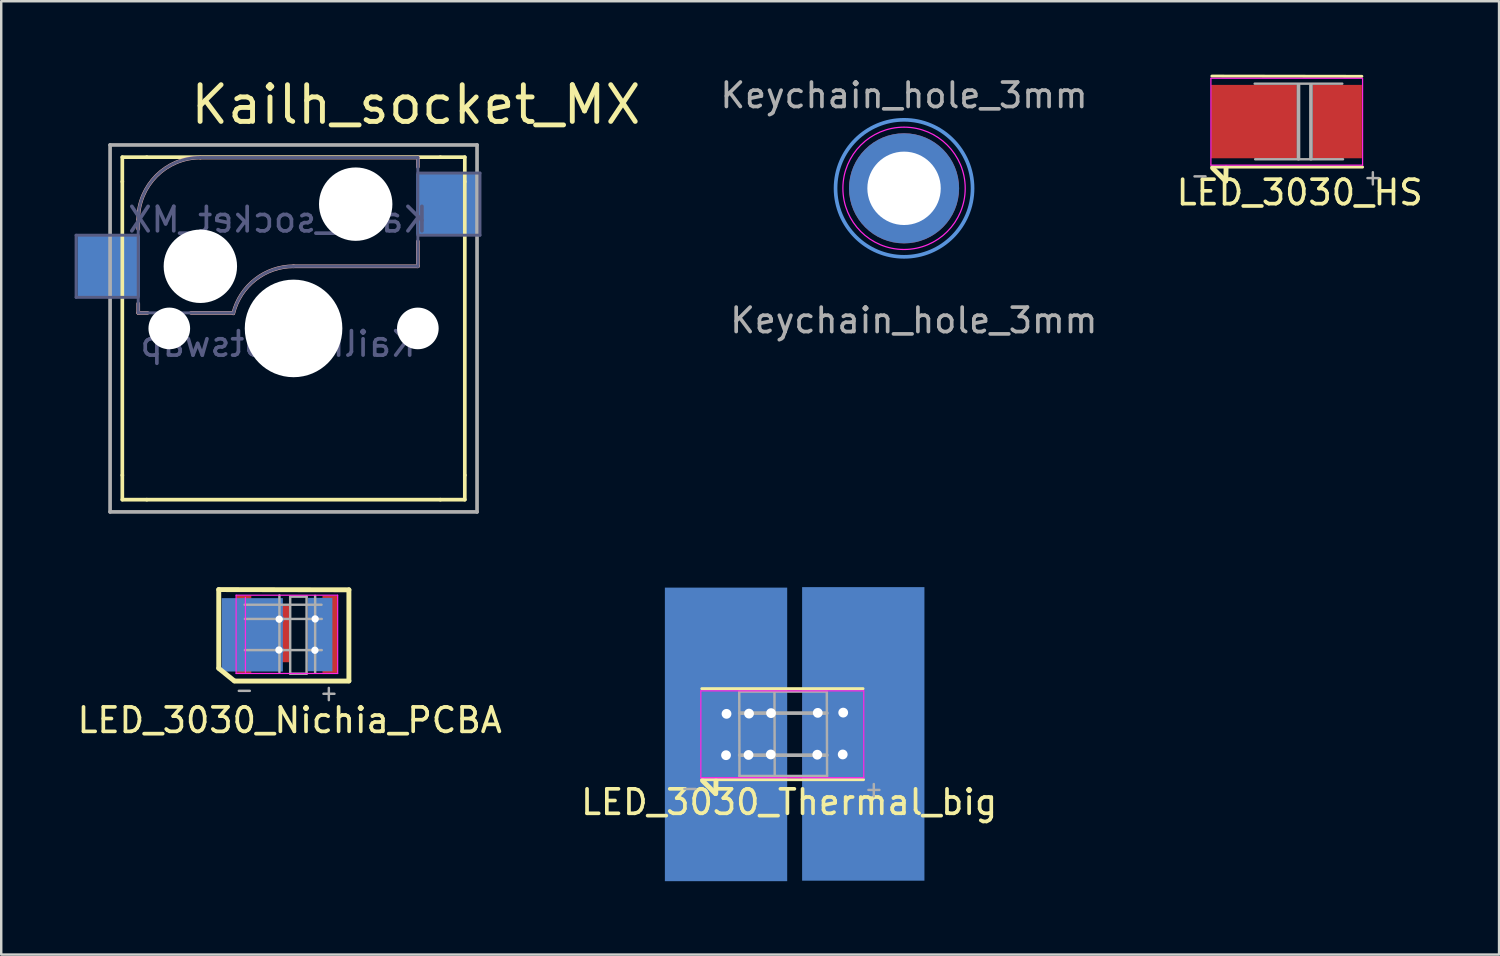
<source format=kicad_pcb>
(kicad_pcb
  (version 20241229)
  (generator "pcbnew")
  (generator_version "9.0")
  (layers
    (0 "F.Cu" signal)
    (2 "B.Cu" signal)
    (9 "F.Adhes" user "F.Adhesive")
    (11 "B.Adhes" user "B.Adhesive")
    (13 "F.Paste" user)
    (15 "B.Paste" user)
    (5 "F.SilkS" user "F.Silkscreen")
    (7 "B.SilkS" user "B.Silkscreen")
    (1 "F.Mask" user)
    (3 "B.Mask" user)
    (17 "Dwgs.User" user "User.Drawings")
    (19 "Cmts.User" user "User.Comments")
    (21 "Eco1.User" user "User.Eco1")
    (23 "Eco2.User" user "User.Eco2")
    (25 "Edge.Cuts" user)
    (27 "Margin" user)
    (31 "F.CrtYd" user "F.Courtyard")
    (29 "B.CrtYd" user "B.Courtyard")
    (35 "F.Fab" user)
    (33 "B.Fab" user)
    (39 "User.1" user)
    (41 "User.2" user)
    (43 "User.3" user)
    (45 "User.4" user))
  (footprint "LED_3030_Nichia_PCBA"
    (layer "F.Cu")
    (at 8.412 22.9)
    (property "Reference" "LED_3030_Nichia_PCBA" (at 0.38 3.49 0) (layer "F.SilkS") (effects (font (size 1 1) (thickness 0.15))))
    (attr smd)
    (fp_line (start -2.52 -1.85) (end -2.52 1.36) (stroke (width 0.2) (type solid)) (layer "F.SilkS"))
    (fp_line (start -1.89 1.88) (end -2.52 1.37) (stroke (width 0.2) (type solid)) (layer "F.SilkS"))
    (fp_line (start 2.8 -1.84) (end -2.52 -1.85) (stroke (width 0.2) (type solid)) (layer "F.SilkS"))
    (fp_line (start 2.8 -1.84) (end 2.8 1.88) (stroke (width 0.2) (type solid)) (layer "F.SilkS"))
    (fp_line (start 2.8 1.89) (end -1.87 1.89) (stroke (width 0.2) (type solid)) (layer "F.SilkS"))
    (fp_line (start -1.81 -1.62) (end -1.81 1.58) (stroke (width 0.05) (type solid)) (layer "F.CrtYd"))
    (fp_line (start -1.81 -1.62) (end 2.34 -1.62) (stroke (width 0.05) (type solid)) (layer "F.CrtYd"))
    (fp_line (start -1.81 1.58) (end 2.34 1.58) (stroke (width 0.05) (type solid)) (layer "F.CrtYd"))
    (fp_line (start -1.43 -1.53) (end -1.43 1.53) (stroke (width 0.05) (type solid)) (layer "F.CrtYd"))
    (fp_line (start 2.34 -1.62) (end 2.34 1.58) (stroke (width 0.05) (type solid)) (layer "F.CrtYd"))
    (fp_line (start -1.46 -1.23) (end 1.68 -1.23) (stroke (width 0.1) (type solid)) (layer "F.Fab"))
    (fp_line (start -1.45 -0.65) (end 1.69 -0.65) (stroke (width 0.1) (type solid)) (layer "F.Fab"))
    (fp_line (start -1.45 0.625) (end 1.69 0.625) (stroke (width 0.1) (type solid)) (layer "F.Fab"))
    (fp_line (start -1.25 2.29) (end -1.7 2.29) (stroke (width 0.1) (type solid)) (layer "F.Fab"))
    (fp_line (start -0.04 1.53) (end -0.04 -1.61) (stroke (width 0.1) (type solid)) (layer "F.Fab"))
    (fp_line (start 0.4 -1.56) (end 1.07 -1.56) (stroke (width 0.1) (type solid)) (layer "F.Fab"))
    (fp_line (start 0.4 1.59) (end 0.4 -1.56) (stroke (width 0.1) (type solid)) (layer "F.Fab"))
    (fp_line (start 1.07 -1.56) (end 1.07 1.59) (stroke (width 0.1) (type solid)) (layer "F.Fab"))
    (fp_line (start 1.07 1.59) (end 0.4 1.59) (stroke (width 0.1) (type solid)) (layer "F.Fab"))
    (fp_line (start 1.42 1.55) (end 1.42 -1.59) (stroke (width 0.1) (type solid)) (layer "F.Fab"))
    (fp_line (start 1.98 2.67) (end 1.98 2.17) (stroke (width 0.1) (type solid)) (layer "F.Fab"))
    (fp_line (start 2.21 2.41) (end 1.76 2.41) (stroke (width 0.1) (type solid)) (layer "F.Fab"))
    (pad "1" smd rect (at -1.49 -0.02 180) (size 0.6 3.15) (layers "F.Cu" "F.Mask" "F.Paste"))
    (pad "1" smd rect (at -1.15 0) (size 2.5 3) (layers "B.Cu" "B.Mask" "B.Paste"))
    (pad "1" smd rect (at -0.42 -0.03 180) (size 1.55 2.3) (layers "F.Cu" "F.Mask" "F.Paste"))
    (pad "1" thru_hole circle (at -0.06 0.62) (size 0.4 0.4) (drill 0.3) (layers "*.Cu" "*.Mask"))
    (pad "1" thru_hole circle (at -0.05 -0.64) (size 0.4 0.4) (drill 0.3) (layers "*.Cu" "*.Mask"))
    (pad "2" thru_hole circle (at 1.41 0.63) (size 0.4 0.4) (drill 0.3) (layers "*.Cu" "*.Mask"))
    (pad "2" thru_hole circle (at 1.42 -0.65) (size 0.4 0.4) (drill 0.3) (layers "*.Cu" "*.Mask"))
    (pad "2" smd rect (at 1.42 -0.03 180) (size 0.6 2.3) (layers "F.Cu" "F.Mask" "F.Paste"))
    (pad "2" smd rect (at 1.625 -0.01) (size 1 3) (layers "B.Cu" "B.Mask" "B.Paste"))
    (pad "2" smd rect (at 2.02 -0.02 180) (size 0.6 3.15) (layers "F.Cu" "F.Mask" "F.Paste")))
  (footprint "Keychain_hole_3mm"
    (layer "F.Cu")
    (at 33.905 4.648)
    (property "Reference" "Keychain_hole_3mm" (at 0 -3.8 0) (layer "F.Fab") (effects (font (size 1 1) (thickness 0.15))))
    (attr exclude_from_pos_files)
    (fp_circle (center 0 0) (end 2.8 0) (stroke (width 0.15) (type solid)) (fill no) (layer "Cmts.User"))
    (fp_circle (center 0 0) (end 2.5 0) (stroke (width 0.05) (type solid)) (fill no) (layer "F.CrtYd"))
    (fp_text user "${REFERENCE}" (at 0.4 5.4 0) (layer "F.Fab") (effects (font (size 1 1) (thickness 0.15))))
    (pad "1" thru_hole circle (at 0 0) (size 4.5 4.5) (drill 3) (layers "*.Cu" "*.Mask")))
  (footprint "LED_3030_Thermal_big"
    (layer "F.Cu")
    (at 29.208 26.99)
    (property "Reference" "LED_3030_Thermal_big" (at 0 2.75 0) (layer "F.SilkS") (effects (font (size 1 1) (thickness 0.15))))
    (attr smd)
    (fp_line (start -3.01 2.4) (end -3.54 1.87) (stroke (width 0.2) (type solid)) (layer "F.SilkS"))
    (fp_line (start -2.99 1.87) (end -3 2.4) (stroke (width 0.2) (type solid)) (layer "F.SilkS"))
    (fp_line (start 3.02 -1.89) (end -3.57 -1.89) (stroke (width 0.12) (type solid)) (layer "F.SilkS"))
    (fp_line (start 3.04 1.83) (end -3.57 1.83) (stroke (width 0.12) (type solid)) (layer "F.SilkS"))
    (fp_line (start -3.61 -1.8) (end 3.05 -1.8) (stroke (width 0.05) (type solid)) (layer "F.CrtYd"))
    (fp_line (start -3.61 1.75) (end -3.61 -1.8) (stroke (width 0.05) (type solid)) (layer "F.CrtYd"))
    (fp_line (start -3.61 1.75) (end 3.05 1.75) (stroke (width 0.05) (type solid)) (layer "F.CrtYd"))
    (fp_line (start 3.05 -1.8) (end 3.05 1.75) (stroke (width 0.05) (type solid)) (layer "F.CrtYd"))
    (fp_line (start -3.83 2.21) (end -4.28 2.21) (stroke (width 0.1) (type solid)) (layer "F.Fab"))
    (fp_line (start -2.04 -1.77) (end 1.54 -1.77) (stroke (width 0.1) (type solid)) (layer "F.Fab"))
    (fp_line (start -2.03 1.67) (end -2.04 -1.77) (stroke (width 0.1) (type solid)) (layer "F.Fab"))
    (fp_line (start -2.02 -0.89) (end 1.54 -0.89) (stroke (width 0.15) (type solid)) (layer "F.Fab"))
    (fp_line (start -2.02 0.83) (end 1.54 0.83) (stroke (width 0.15) (type solid)) (layer "F.Fab"))
    (fp_line (start -0.59 1.68) (end -0.6 -1.76) (stroke (width 0.1) (type solid)) (layer "F.Fab"))
    (fp_line (start 1.54 -1.76) (end 1.55 1.68) (stroke (width 0.1) (type solid)) (layer "F.Fab"))
    (fp_line (start 1.55 1.68) (end -2.04 1.68) (stroke (width 0.1) (type solid)) (layer "F.Fab"))
    (fp_line (start 3.46 2.51) (end 3.46 2.01) (stroke (width 0.1) (type solid)) (layer "F.Fab"))
    (fp_line (start 3.69 2.25) (end 3.24 2.25) (stroke (width 0.1) (type solid)) (layer "F.Fab"))
    (pad "1" smd rect (at -2.58 -0.02) (size 5 12) (layers "B.Cu" "B.Mask" "B.Paste"))
    (pad "1" thru_hole circle (at -2.58 0.83) (size 0.8 0.8) (drill 0.4) (layers "*.Cu" "*.Mask"))
    (pad "1" thru_hole circle (at -2.56 -0.86) (size 0.8 0.8) (drill 0.4) (layers "*.Cu" "*.Mask"))
    (pad "1" smd rect (at -1.85 -0.03 180) (size 3.5 3) (layers "F.Cu" "F.Mask" "F.Paste"))
    (pad "1" thru_hole circle (at -1.66 0.82) (size 0.8 0.8) (drill 0.4) (layers "*.Cu" "*.Mask"))
    (pad "1" thru_hole circle (at -1.64 -0.87) (size 0.8 0.8) (drill 0.4) (layers "*.Cu" "*.Mask"))
    (pad "1" thru_hole circle (at -0.75 0.8) (size 0.8 0.8) (drill 0.4) (layers "*.Cu" "*.Mask"))
    (pad "1" thru_hole circle (at -0.74 -0.89) (size 0.8 0.8) (drill 0.4) (layers "*.Cu" "*.Mask"))
    (pad "2" thru_hole circle (at 1.15 0.81) (size 0.8 0.8) (drill 0.4) (layers "*.Cu" "*.Mask"))
    (pad "2" thru_hole circle (at 1.17 -0.9) (size 0.8 0.8) (drill 0.4) (layers "*.Cu" "*.Mask"))
    (pad "2" smd rect (at 1.8 -0.01 180) (size 2.5 3) (layers "F.Cu" "F.Mask" "F.Paste"))
    (pad "2" thru_hole circle (at 2.19 0.8) (size 0.8 0.8) (drill 0.4) (layers "*.Cu" "*.Mask"))
    (pad "2" thru_hole circle (at 2.21 -0.91) (size 0.8 0.8) (drill 0.4) (layers "*.Cu" "*.Mask"))
    (pad "2" smd rect (at 3.03 -0.04) (size 5 12) (layers "B.Cu" "B.Mask" "B.Paste")))
  (footprint "Kailh_socket_MX"
    (layer "F.Cu")
    (at 8.95 10.375)
    (property "Reference" "Kailh_socket_MX" (at 5.001 -9.146 180) (layer "F.SilkS") (effects (font (size 1.5 1.5) (thickness 0.2))))
    (property "Value" "Kailh-Hotswap" (at 0.2 10.9 180) (layer "F.Fab") (hide yes) (effects (font (size 1.27 1.27) (thickness 0.15))))
    (attr smd)
    (fp_line (start -7 -6) (end -7 -7) (stroke (width 0.15) (type solid)) (layer "F.SilkS"))
    (fp_line (start -7 -6) (end -7 6) (stroke (width 0.15) (type solid)) (layer "F.SilkS"))
    (fp_line (start -7 7) (end -7 6) (stroke (width 0.15) (type solid)) (layer "F.SilkS"))
    (fp_line (start -7 7) (end -6 7) (stroke (width 0.15) (type solid)) (layer "F.SilkS"))
    (fp_line (start -6 -7) (end -7 -7) (stroke (width 0.15) (type solid)) (layer "F.SilkS"))
    (fp_line (start -6 7) (end 6 7) (stroke (width 0.15) (type solid)) (layer "F.SilkS"))
    (fp_line (start 6 -7) (end -6 -7) (stroke (width 0.15) (type solid)) (layer "F.SilkS"))
    (fp_line (start 6 7) (end 7 7) (stroke (width 0.15) (type solid)) (layer "F.SilkS"))
    (fp_line (start 7 -7) (end 6 -7) (stroke (width 0.15) (type solid)) (layer "F.SilkS"))
    (fp_line (start 7 -7) (end 7 -6) (stroke (width 0.15) (type solid)) (layer "F.SilkS"))
    (fp_line (start 7 6) (end 7 -6) (stroke (width 0.15) (type solid)) (layer "F.SilkS"))
    (fp_line (start 7 6) (end 7 7) (stroke (width 0.15) (type solid)) (layer "F.SilkS"))
    (fp_line (start -6.35 -4.445) (end -6.35 -4.064) (stroke (width 0.15) (type solid)) (layer "B.SilkS"))
    (fp_line (start -6.35 -1.016) (end -6.35 -0.635) (stroke (width 0.15) (type solid)) (layer "B.SilkS"))
    (fp_line (start -5.969 -0.635) (end -6.35 -0.635) (stroke (width 0.15) (type solid)) (layer "B.SilkS"))
    (fp_line (start -3.81 -6.985) (end 5.08 -6.985) (stroke (width 0.15) (type solid)) (layer "B.SilkS"))
    (fp_line (start -2.464 -0.635) (end -4.191 -0.635) (stroke (width 0.15) (type solid)) (layer "B.SilkS"))
    (fp_line (start 5.08 -6.985) (end 5.08 -6.604) (stroke (width 0.15) (type solid)) (layer "B.SilkS"))
    (fp_line (start 5.08 -3.556) (end 5.08 -2.54) (stroke (width 0.15) (type solid)) (layer "B.SilkS"))
    (fp_line (start 5.08 -2.54) (end 0 -2.54) (stroke (width 0.15) (type solid)) (layer "B.SilkS"))
    (fp_arc (start -6.35 -4.445) (mid -5.606051 -6.241051) (end -3.81 -6.985) (stroke (width 0.15) (type solid)) (layer "B.SilkS"))
    (fp_arc (start -2.464162 -0.61604) (mid -1.563147 -2.002042) (end 0 -2.54) (stroke (width 0.15) (type solid)) (layer "B.SilkS"))
    (fp_line (start -6.9 6.9) (end -6.9 -6.9) (stroke (width 0.15) (type solid)) (layer "Eco2.User"))
    (fp_line (start -6.9 6.9) (end 6.9 6.9) (stroke (width 0.15) (type solid)) (layer "Eco2.User"))
    (fp_line (start 6.9 -6.9) (end -6.9 -6.9) (stroke (width 0.15) (type solid)) (layer "Eco2.User"))
    (fp_line (start 6.9 -6.9) (end 6.9 6.9) (stroke (width 0.15) (type solid)) (layer "Eco2.User"))
    (fp_line (start -8.89 -3.81) (end -6.35 -3.81) (stroke (width 0.12) (type solid)) (layer "B.Fab"))
    (fp_line (start -8.89 -1.27) (end -8.89 -3.81) (stroke (width 0.12) (type solid)) (layer "B.Fab"))
    (fp_line (start -6.35 -1.27) (end -8.89 -1.27) (stroke (width 0.12) (type solid)) (layer "B.Fab"))
    (fp_line (start -6.35 -0.635) (end -6.35 -4.445) (stroke (width 0.12) (type solid)) (layer "B.Fab"))
    (fp_line (start -6.35 -0.635) (end -2.54 -0.635) (stroke (width 0.12) (type solid)) (layer "B.Fab"))
    (fp_line (start -3.81 -6.985) (end 5.08 -6.985) (stroke (width 0.12) (type solid)) (layer "B.Fab"))
    (fp_line (start 5.08 -6.985) (end 5.08 -2.54) (stroke (width 0.12) (type solid)) (layer "B.Fab"))
    (fp_line (start 5.08 -6.35) (end 7.62 -6.35) (stroke (width 0.12) (type solid)) (layer "B.Fab"))
    (fp_line (start 5.08 -2.54) (end 0 -2.54) (stroke (width 0.12) (type solid)) (layer "B.Fab"))
    (fp_line (start 7.62 -6.35) (end 7.62 -3.81) (stroke (width 0.12) (type solid)) (layer "B.Fab"))
    (fp_line (start 7.62 -3.81) (end 5.08 -3.81) (stroke (width 0.12) (type solid)) (layer "B.Fab"))
    (fp_arc (start -6.35 -4.445) (mid -5.606051 -6.241051) (end -3.81 -6.985) (stroke (width 0.12) (type solid)) (layer "B.Fab"))
    (fp_arc (start -2.464162 -0.61604) (mid -1.563147 -2.002042) (end 0 -2.54) (stroke (width 0.12) (type solid)) (layer "B.Fab"))
    (fp_line (start -7.5 -7.5) (end 7.5 -7.5) (stroke (width 0.15) (type solid)) (layer "F.Fab"))
    (fp_line (start -7.5 7.5) (end -7.5 -7.5) (stroke (width 0.15) (type solid)) (layer "F.Fab"))
    (fp_line (start 7.5 -7.5) (end 7.5 7.5) (stroke (width 0.15) (type solid)) (layer "F.Fab"))
    (fp_line (start 7.5 7.5) (end -7.5 7.5) (stroke (width 0.15) (type solid)) (layer "F.Fab"))
    (fp_text user "${VALUE}" (at -0.635 0.635 0) (layer "B.Fab") (effects (font (size 1 1) (thickness 0.15)) (justify mirror)))
    (fp_text user "${REFERENCE}" (at -0.635 -4.445 0) (layer "B.Fab") (effects (font (size 1 1) (thickness 0.15)) (justify mirror)))
    (pad "" np_thru_hole circle (at -5.08 0) (size 1.702 1.702) (drill 1.702) (layers "*.Cu" "*.Mask"))
    (pad "" np_thru_hole circle (at -3.81 -2.54) (size 3 3) (drill 3) (layers "*.Cu" "*.Mask"))
    (pad "" np_thru_hole circle (at 0 0) (size 3.988 3.988) (drill 3.988) (layers "*.Cu" "*.Mask"))
    (pad "" np_thru_hole circle (at 2.54 -5.08) (size 3 3) (drill 3) (layers "*.Cu" "*.Mask"))
    (pad "" np_thru_hole circle (at 5.08 0) (size 1.702 1.702) (drill 1.702) (layers "*.Cu" "*.Mask"))
    (pad "S1" smd rect (at -7.56 -2.54) (size 2.55 2.5) (layers "B.Cu" "B.Mask" "B.Paste"))
    (pad "S2" smd rect (at 6.29 -5.08) (size 2.55 2.5) (layers "B.Cu" "B.Mask" "B.Paste")))
  (footprint "LED_3030_HS"
    (layer "F.Cu")
    (at 50.058 1.95)
    (property "Reference" "LED_3030_HS" (at 0.02 2.87 0) (layer "F.SilkS") (effects (font (size 1 1) (thickness 0.15))))
    (attr smd)
    (fp_line (start -3.01 2.4) (end -3.54 1.87) (stroke (width 0.2) (type solid)) (layer "F.SilkS"))
    (fp_line (start -2.99 1.87) (end -3 2.4) (stroke (width 0.2) (type solid)) (layer "F.SilkS"))
    (fp_line (start 2.56 -1.88) (end -3.57 -1.89) (stroke (width 0.12) (type solid)) (layer "F.SilkS"))
    (fp_line (start 2.59 1.83) (end -3.57 1.83) (stroke (width 0.12) (type solid)) (layer "F.SilkS"))
    (fp_line (start -3.61 -1.8) (end 2.59 -1.8) (stroke (width 0.05) (type solid)) (layer "F.CrtYd"))
    (fp_line (start -3.61 1.75) (end -3.61 -1.8) (stroke (width 0.05) (type solid)) (layer "F.CrtYd"))
    (fp_line (start -3.61 1.75) (end 2.59 1.75) (stroke (width 0.05) (type solid)) (layer "F.CrtYd"))
    (fp_line (start 2.59 -1.78) (end 2.59 1.75) (stroke (width 0.05) (type solid)) (layer "F.CrtYd"))
    (fp_line (start -3.83 2.21) (end -4.28 2.21) (stroke (width 0.1) (type solid)) (layer "F.Fab"))
    (fp_line (start -1.82 -1.58) (end 1.76 -1.58) (stroke (width 0.1) (type solid)) (layer "F.Fab"))
    (fp_line (start -0.03 -1.52) (end -0.03 1.49) (stroke (width 0.15) (type solid)) (layer "F.Fab"))
    (fp_line (start 0.48 -1.52) (end 0.48 1.49) (stroke (width 0.15) (type solid)) (layer "F.Fab"))
    (fp_line (start 1.79 1.51) (end -1.8 1.51) (stroke (width 0.1) (type solid)) (layer "F.Fab"))
    (fp_line (start 3.01 2.54) (end 3.01 2.04) (stroke (width 0.1) (type solid)) (layer "F.Fab"))
    (fp_line (start 3.24 2.28) (end 2.79 2.28) (stroke (width 0.1) (type solid)) (layer "F.Fab"))
    (pad "1" smd rect (at -1.85 -0.03 180) (size 3.5 3) (layers "F.Cu" "F.Mask" "F.Paste"))
    (pad "2" smd rect (at 1.56 -0.03 180) (size 2 3) (layers "F.Cu" "F.Mask" "F.Paste")))
  (gr_rect
    (start -3 -3)
    (end 58.227 35.97)
    (stroke (width 0.1) (type default))
    (fill no)
    (layer "Edge.Cuts")))
</source>
